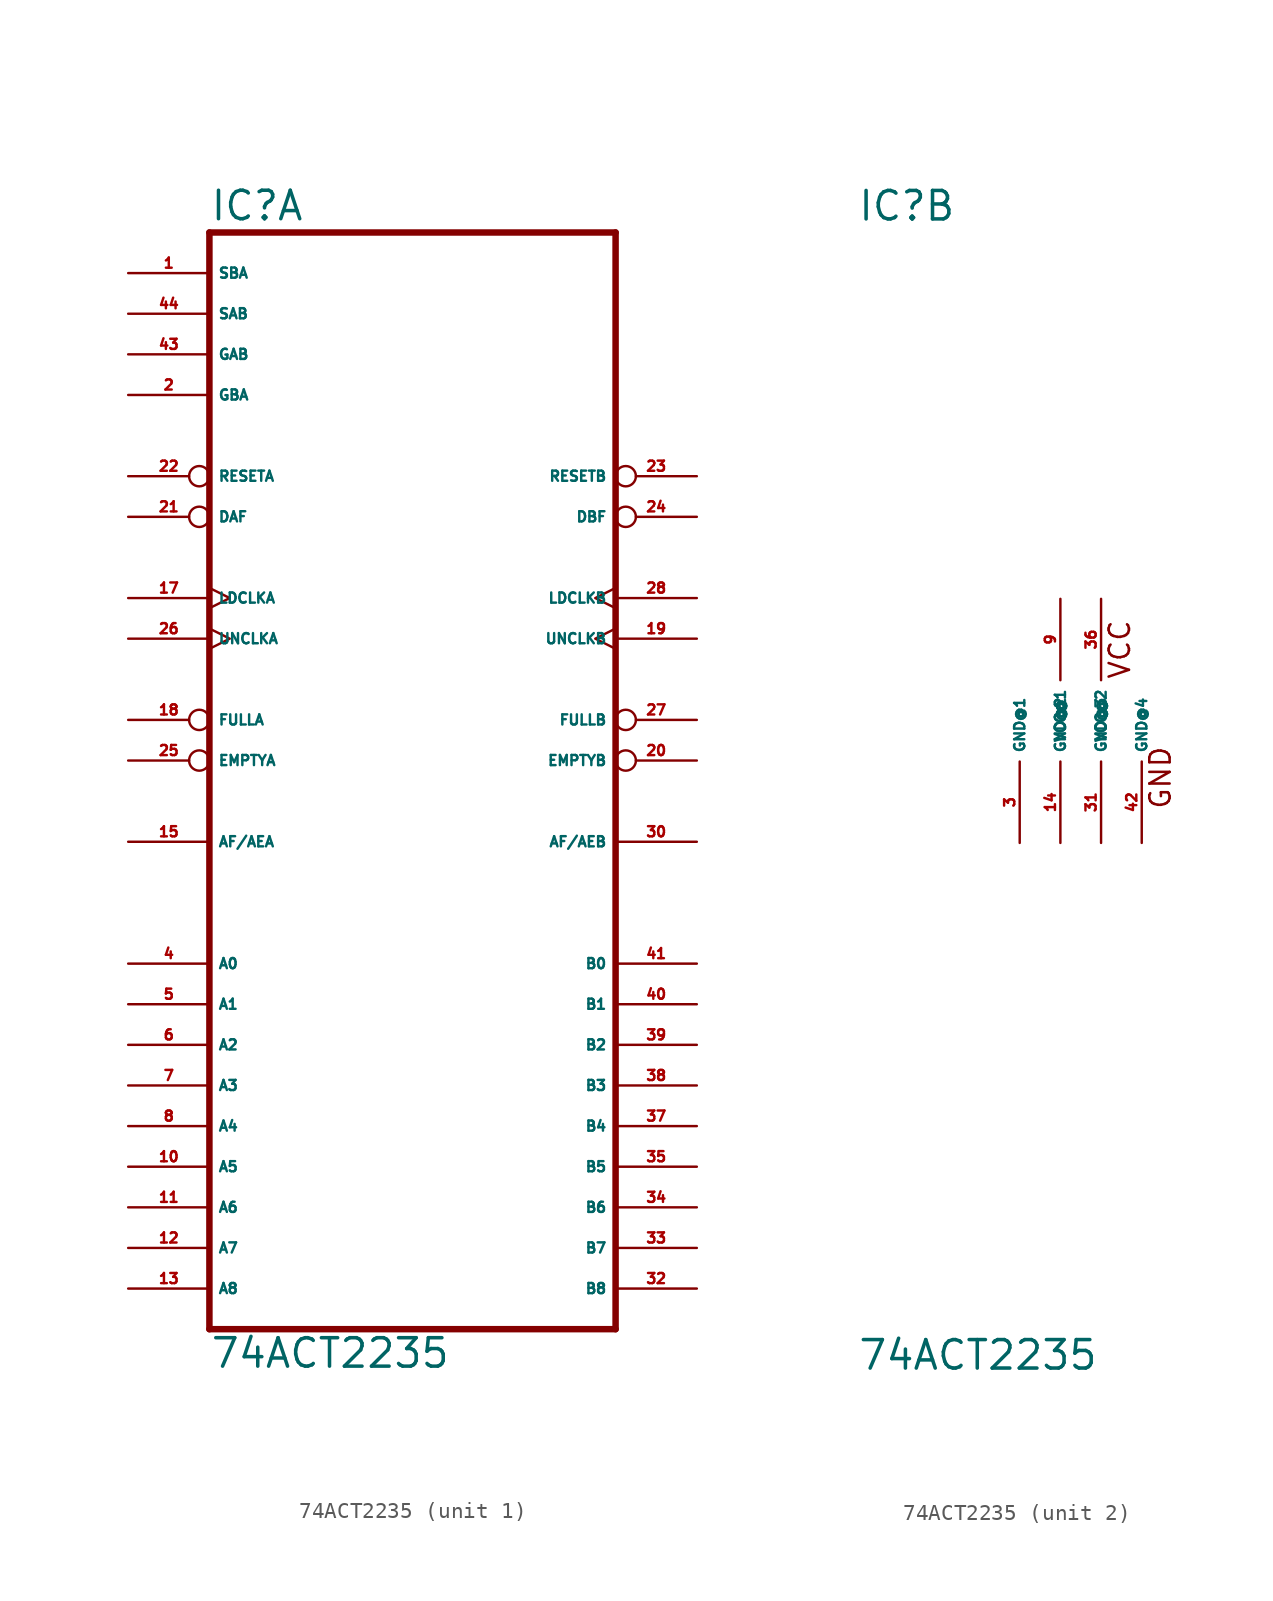
<source format=kicad_sym>
(kicad_symbol_lib
  (version 20220914)
  (generator Eagle2Kicad)
  (symbol "74ACT2235"
    (property "Reference" "IC"
      (at -12.7 31.115 0)
      (effects (font (size 1.778 1.778) (thickness 0.22)) (justify left bottom)))
    (property "Value" "74ACT2235"
      (at -12.7 -40.64 0)
      (effects (font (size 1.778 1.778) (thickness 0.22)) (justify left bottom)))
    (symbol "74ACT2235_1_0"
      (polyline (pts (xy -12.7 -38.1) (xy 12.7 -38.1)) (stroke (width 0.406) (type default)) (fill (type none)))
      (polyline (pts (xy 12.7 30.48) (xy 12.7 -38.1)) (stroke (width 0.406) (type default)) (fill (type none)))
      (polyline (pts (xy 12.7 30.48) (xy -12.7 30.48)) (stroke (width 0.406) (type default)) (fill (type none)))
      (polyline (pts (xy -12.7 -38.1) (xy -12.7 30.48)) (stroke (width 0.406) (type default)) (fill (type none)))
      (pin input line (at -17.78 27.94 0) (length 5.08) (name "SBA" (effects (font (size 0.635 0.635) (thickness 0.08)) (justify left bottom))) (number "1" (effects (font (size 0.635 0.635) (thickness 0.08)) (justify left bottom))))
      (pin input line (at -17.78 25.4 0) (length 5.08) (name "SAB" (effects (font (size 0.635 0.635) (thickness 0.08)) (justify left bottom))) (number "44" (effects (font (size 0.635 0.635) (thickness 0.08)) (justify left bottom))))
      (pin input line (at -17.78 22.86 0) (length 5.08) (name "GAB" (effects (font (size 0.635 0.635) (thickness 0.08)) (justify left bottom))) (number "43" (effects (font (size 0.635 0.635) (thickness 0.08)) (justify left bottom))))
      (pin input line (at -17.78 20.32 0) (length 5.08) (name "GBA" (effects (font (size 0.635 0.635) (thickness 0.08)) (justify left bottom))) (number "2" (effects (font (size 0.635 0.635) (thickness 0.08)) (justify left bottom))))
      (pin bidirectional inverted (at -17.78 15.24 0) (length 5.08) (name "RESETA" (effects (font (size 0.635 0.635) (thickness 0.08)) (justify left bottom))) (number "22" (effects (font (size 0.635 0.635) (thickness 0.08)) (justify left bottom))))
      (pin bidirectional inverted (at -17.78 12.7 0) (length 5.08) (name "DAF" (effects (font (size 0.635 0.635) (thickness 0.08)) (justify left bottom))) (number "21" (effects (font (size 0.635 0.635) (thickness 0.08)) (justify left bottom))))
      (pin input clock (at -17.78 7.62 0) (length 5.08) (name "LDCLKA" (effects (font (size 0.635 0.635) (thickness 0.08)) (justify left bottom))) (number "17" (effects (font (size 0.635 0.635) (thickness 0.08)) (justify left bottom))))
      (pin input clock (at -17.78 5.08 0) (length 5.08) (name "UNCLKA" (effects (font (size 0.635 0.635) (thickness 0.08)) (justify left bottom))) (number "26" (effects (font (size 0.635 0.635) (thickness 0.08)) (justify left bottom))))
      (pin output inverted (at -17.78 0 0) (length 5.08) (name "FULLA" (effects (font (size 0.635 0.635) (thickness 0.08)) (justify left bottom))) (number "18" (effects (font (size 0.635 0.635) (thickness 0.08)) (justify left bottom))))
      (pin output inverted (at -17.78 -2.54 0) (length 5.08) (name "EMPTYA" (effects (font (size 0.635 0.635) (thickness 0.08)) (justify left bottom))) (number "25" (effects (font (size 0.635 0.635) (thickness 0.08)) (justify left bottom))))
      (pin output line (at -17.78 -7.62 0) (length 5.08) (name "AF/AEA" (effects (font (size 0.635 0.635) (thickness 0.08)) (justify left bottom))) (number "15" (effects (font (size 0.635 0.635) (thickness 0.08)) (justify left bottom))))
      (pin bidirectional line (at -17.78 -15.24 0) (length 5.08) (name "A0" (effects (font (size 0.635 0.635) (thickness 0.08)) (justify left bottom))) (number "4" (effects (font (size 0.635 0.635) (thickness 0.08)) (justify left bottom))))
      (pin bidirectional line (at -17.78 -17.78 0) (length 5.08) (name "A1" (effects (font (size 0.635 0.635) (thickness 0.08)) (justify left bottom))) (number "5" (effects (font (size 0.635 0.635) (thickness 0.08)) (justify left bottom))))
      (pin bidirectional line (at -17.78 -20.32 0) (length 5.08) (name "A2" (effects (font (size 0.635 0.635) (thickness 0.08)) (justify left bottom))) (number "6" (effects (font (size 0.635 0.635) (thickness 0.08)) (justify left bottom))))
      (pin bidirectional line (at -17.78 -22.86 0) (length 5.08) (name "A3" (effects (font (size 0.635 0.635) (thickness 0.08)) (justify left bottom))) (number "7" (effects (font (size 0.635 0.635) (thickness 0.08)) (justify left bottom))))
      (pin bidirectional line (at -17.78 -25.4 0) (length 5.08) (name "A4" (effects (font (size 0.635 0.635) (thickness 0.08)) (justify left bottom))) (number "8" (effects (font (size 0.635 0.635) (thickness 0.08)) (justify left bottom))))
      (pin bidirectional line (at -17.78 -27.94 0) (length 5.08) (name "A5" (effects (font (size 0.635 0.635) (thickness 0.08)) (justify left bottom))) (number "10" (effects (font (size 0.635 0.635) (thickness 0.08)) (justify left bottom))))
      (pin bidirectional line (at -17.78 -30.48 0) (length 5.08) (name "A6" (effects (font (size 0.635 0.635) (thickness 0.08)) (justify left bottom))) (number "11" (effects (font (size 0.635 0.635) (thickness 0.08)) (justify left bottom))))
      (pin bidirectional line (at -17.78 -33.02 0) (length 5.08) (name "A7" (effects (font (size 0.635 0.635) (thickness 0.08)) (justify left bottom))) (number "12" (effects (font (size 0.635 0.635) (thickness 0.08)) (justify left bottom))))
      (pin bidirectional line (at -17.78 -35.56 0) (length 5.08) (name "A8" (effects (font (size 0.635 0.635) (thickness 0.08)) (justify left bottom))) (number "13" (effects (font (size 0.635 0.635) (thickness 0.08)) (justify left bottom))))
      (pin bidirectional line (at 17.78 -15.24 180) (length 5.08) (name "B0" (effects (font (size 0.635 0.635) (thickness 0.08)) (justify left bottom))) (number "41" (effects (font (size 0.635 0.635) (thickness 0.08)) (justify left bottom))))
      (pin bidirectional line (at 17.78 -17.78 180) (length 5.08) (name "B1" (effects (font (size 0.635 0.635) (thickness 0.08)) (justify left bottom))) (number "40" (effects (font (size 0.635 0.635) (thickness 0.08)) (justify left bottom))))
      (pin bidirectional line (at 17.78 -20.32 180) (length 5.08) (name "B2" (effects (font (size 0.635 0.635) (thickness 0.08)) (justify left bottom))) (number "39" (effects (font (size 0.635 0.635) (thickness 0.08)) (justify left bottom))))
      (pin bidirectional line (at 17.78 -22.86 180) (length 5.08) (name "B3" (effects (font (size 0.635 0.635) (thickness 0.08)) (justify left bottom))) (number "38" (effects (font (size 0.635 0.635) (thickness 0.08)) (justify left bottom))))
      (pin bidirectional line (at 17.78 -25.4 180) (length 5.08) (name "B4" (effects (font (size 0.635 0.635) (thickness 0.08)) (justify left bottom))) (number "37" (effects (font (size 0.635 0.635) (thickness 0.08)) (justify left bottom))))
      (pin bidirectional line (at 17.78 -27.94 180) (length 5.08) (name "B5" (effects (font (size 0.635 0.635) (thickness 0.08)) (justify left bottom))) (number "35" (effects (font (size 0.635 0.635) (thickness 0.08)) (justify left bottom))))
      (pin bidirectional line (at 17.78 -30.48 180) (length 5.08) (name "B6" (effects (font (size 0.635 0.635) (thickness 0.08)) (justify left bottom))) (number "34" (effects (font (size 0.635 0.635) (thickness 0.08)) (justify left bottom))))
      (pin bidirectional line (at 17.78 -33.02 180) (length 5.08) (name "B7" (effects (font (size 0.635 0.635) (thickness 0.08)) (justify left bottom))) (number "33" (effects (font (size 0.635 0.635) (thickness 0.08)) (justify left bottom))))
      (pin bidirectional line (at 17.78 -35.56 180) (length 5.08) (name "B8" (effects (font (size 0.635 0.635) (thickness 0.08)) (justify left bottom))) (number "32" (effects (font (size 0.635 0.635) (thickness 0.08)) (justify left bottom))))
      (pin bidirectional inverted (at 17.78 15.24 180) (length 5.08) (name "RESETB" (effects (font (size 0.635 0.635) (thickness 0.08)) (justify left bottom))) (number "23" (effects (font (size 0.635 0.635) (thickness 0.08)) (justify left bottom))))
      (pin bidirectional inverted (at 17.78 12.7 180) (length 5.08) (name "DBF" (effects (font (size 0.635 0.635) (thickness 0.08)) (justify left bottom))) (number "24" (effects (font (size 0.635 0.635) (thickness 0.08)) (justify left bottom))))
      (pin input clock (at 17.78 7.62 180) (length 5.08) (name "LDCLKB" (effects (font (size 0.635 0.635) (thickness 0.08)) (justify left bottom))) (number "28" (effects (font (size 0.635 0.635) (thickness 0.08)) (justify left bottom))))
      (pin input clock (at 17.78 5.08 180) (length 5.08) (name "UNCLKB" (effects (font (size 0.635 0.635) (thickness 0.08)) (justify left bottom))) (number "19" (effects (font (size 0.635 0.635) (thickness 0.08)) (justify left bottom))))
      (pin output inverted (at 17.78 0 180) (length 5.08) (name "FULLB" (effects (font (size 0.635 0.635) (thickness 0.08)) (justify left bottom))) (number "27" (effects (font (size 0.635 0.635) (thickness 0.08)) (justify left bottom))))
      (pin output inverted (at 17.78 -2.54 180) (length 5.08) (name "EMPTYB" (effects (font (size 0.635 0.635) (thickness 0.08)) (justify left bottom))) (number "20" (effects (font (size 0.635 0.635) (thickness 0.08)) (justify left bottom))))
      (pin output line (at 17.78 -7.62 180) (length 5.08) (name "AF/AEB" (effects (font (size 0.635 0.635) (thickness 0.08)) (justify left bottom))) (number "30" (effects (font (size 0.635 0.635) (thickness 0.08)) (justify left bottom)))))
    (symbol "74ACT2235_2_0"
      (text "GND" (at 6.985 -5.588 900) (effects (font (size 1.27 1.27) (thickness 0.16)) (justify left bottom)))
      (text "VCC" (at 4.445 2.54 900) (effects (font (size 1.27 1.27) (thickness 0.16)) (justify left bottom)))
      (pin unspecified line (at 0 7.62 270) (length 5.08) (name "VCC@1" (effects (font (size 0.635 0.635) (thickness 0.08)) (justify left bottom))) (number "9" (effects (font (size 0.635 0.635) (thickness 0.08)) (justify left bottom))))
      (pin unspecified line (at 2.54 7.62 270) (length 5.08) (name "VCC@2" (effects (font (size 0.635 0.635) (thickness 0.08)) (justify left bottom))) (number "36" (effects (font (size 0.635 0.635) (thickness 0.08)) (justify left bottom))))
      (pin unspecified line (at 5.08 -7.62 90) (length 5.08) (name "GND@4" (effects (font (size 0.635 0.635) (thickness 0.08)) (justify left bottom))) (number "42" (effects (font (size 0.635 0.635) (thickness 0.08)) (justify left bottom))))
      (pin unspecified line (at 2.54 -7.62 90) (length 5.08) (name "GND@3" (effects (font (size 0.635 0.635) (thickness 0.08)) (justify left bottom))) (number "31" (effects (font (size 0.635 0.635) (thickness 0.08)) (justify left bottom))))
      (pin unspecified line (at 0 -7.62 90) (length 5.08) (name "GND@2" (effects (font (size 0.635 0.635) (thickness 0.08)) (justify left bottom))) (number "14" (effects (font (size 0.635 0.635) (thickness 0.08)) (justify left bottom))))
      (pin unspecified line (at -2.54 -7.62 90) (length 5.08) (name "GND@1" (effects (font (size 0.635 0.635) (thickness 0.08)) (justify left bottom))) (number "3" (effects (font (size 0.635 0.635) (thickness 0.08)) (justify left bottom)))))))
</source>
